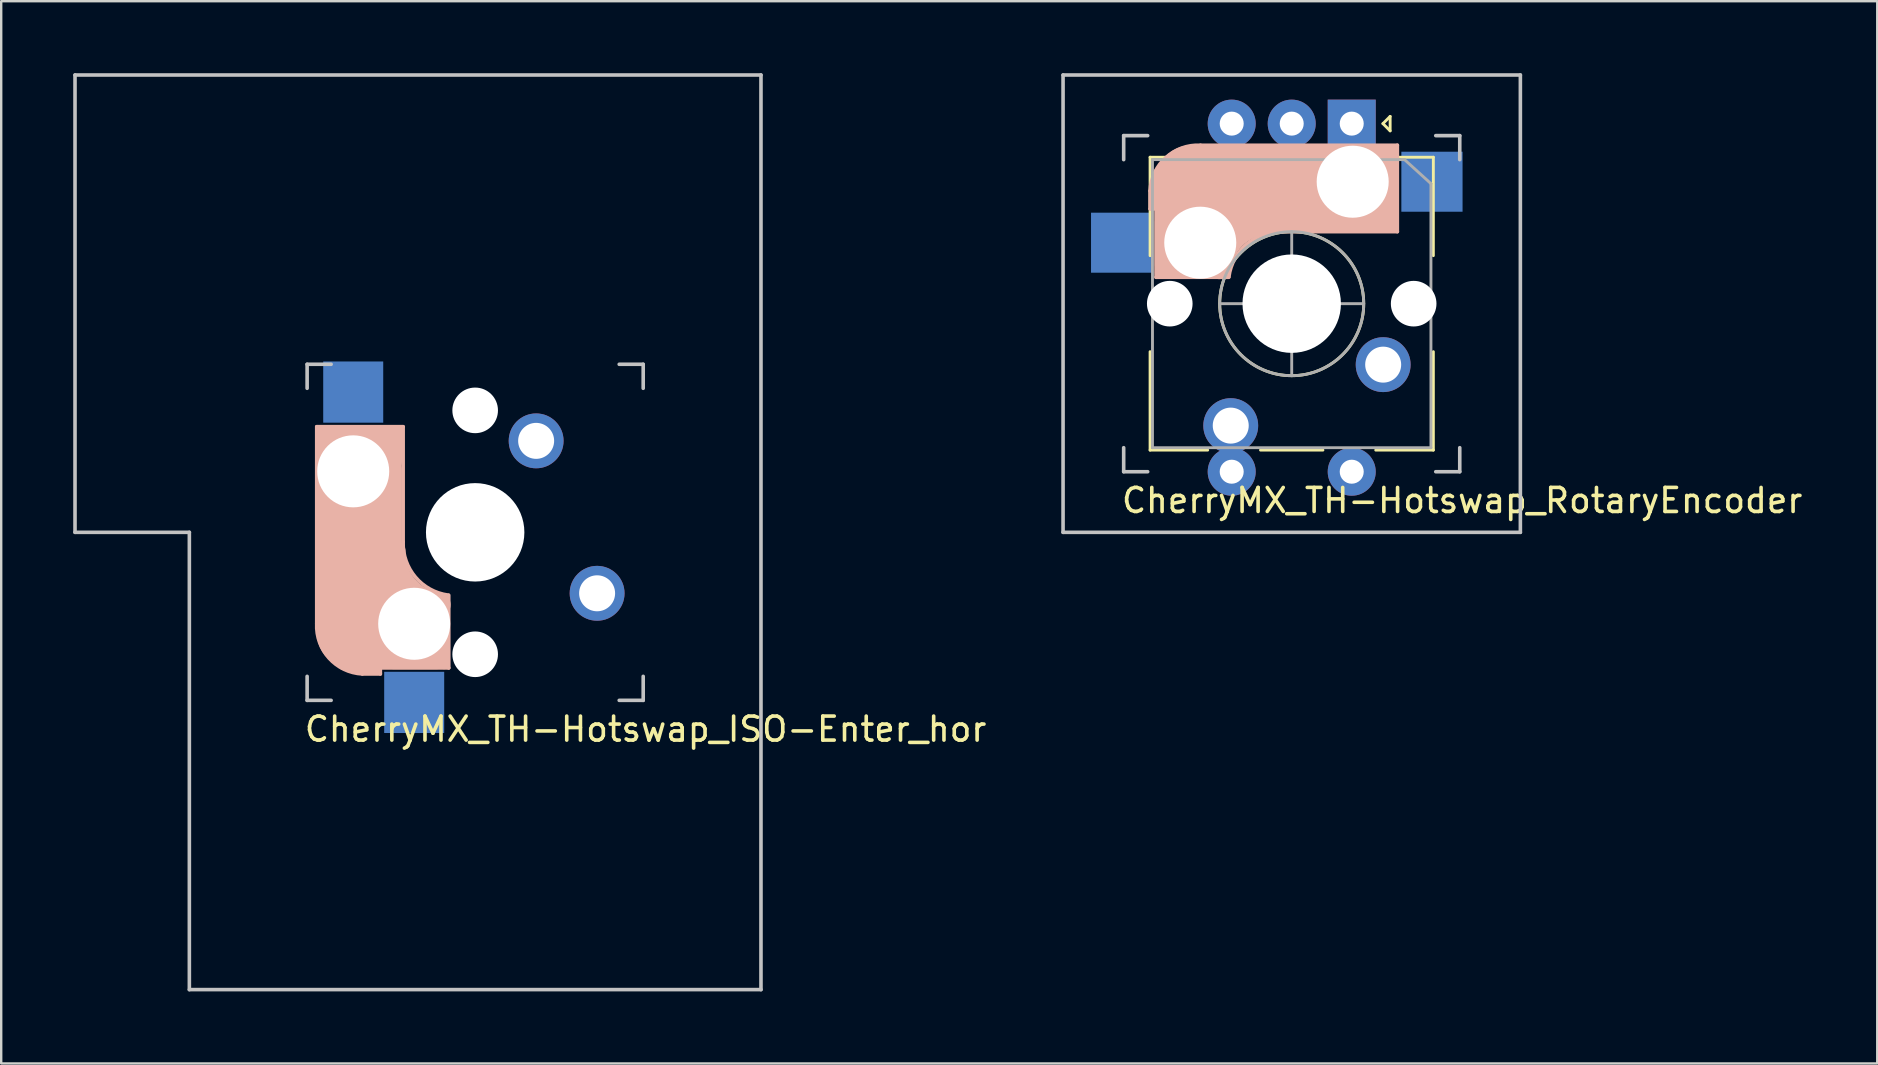
<source format=kicad_pcb>
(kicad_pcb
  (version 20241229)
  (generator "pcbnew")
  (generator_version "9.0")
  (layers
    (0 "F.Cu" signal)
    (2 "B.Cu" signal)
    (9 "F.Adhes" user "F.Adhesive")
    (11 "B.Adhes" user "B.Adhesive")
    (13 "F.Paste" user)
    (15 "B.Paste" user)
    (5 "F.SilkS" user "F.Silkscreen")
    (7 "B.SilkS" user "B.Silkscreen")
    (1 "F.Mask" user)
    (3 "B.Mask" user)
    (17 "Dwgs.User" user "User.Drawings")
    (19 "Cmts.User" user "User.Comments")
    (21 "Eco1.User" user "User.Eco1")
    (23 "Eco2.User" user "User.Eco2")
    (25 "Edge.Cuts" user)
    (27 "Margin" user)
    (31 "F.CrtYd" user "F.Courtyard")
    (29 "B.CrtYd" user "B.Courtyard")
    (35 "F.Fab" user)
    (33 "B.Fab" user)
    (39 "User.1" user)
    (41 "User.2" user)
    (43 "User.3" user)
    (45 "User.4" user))
  (footprint "CherryMX_TH-Hotswap_RotaryEncoder"
    (layer "F.Cu")
    (at 50.759 9.6)
    (property "Reference" "CherryMX_TH-Hotswap_RotaryEncoder" (at 7.1 8.2 0) (layer "F.SilkS") (effects (font (size 1 1) (thickness 0.15))))
    (attr through_hole)
    (fp_line (start -5.9 -2) (end -5.9 -6.1) (stroke (width 0.12) (type solid)) (layer "F.SilkS"))
    (fp_line (start -5.9 6.1) (end -5.9 2) (stroke (width 0.12) (type solid)) (layer "F.SilkS"))
    (fp_line (start -3.5 6.1) (end -5.9 6.1) (stroke (width 0.12) (type solid)) (layer "F.SilkS"))
    (fp_line (start 0 -0.5) (end 0 0.5) (stroke (width 0.12) (type solid)) (layer "F.SilkS"))
    (fp_line (start 0.5 0) (end -0.5 0) (stroke (width 0.12) (type solid)) (layer "F.SilkS"))
    (fp_line (start 1.3 6.1) (end -1.3 6.1) (stroke (width 0.12) (type solid)) (layer "F.SilkS"))
    (fp_line (start 3.8 -7.5) (end 4.1 -7.8) (stroke (width 0.12) (type solid)) (layer "F.SilkS"))
    (fp_line (start 4.1 -7.8) (end 4.1 -7.2) (stroke (width 0.12) (type solid)) (layer "F.SilkS"))
    (fp_line (start 4.1 -7.2) (end 3.8 -7.5) (stroke (width 0.12) (type solid)) (layer "F.SilkS"))
    (fp_line (start 5.9 -6.1) (end -5.9 -6.1) (stroke (width 0.12) (type solid)) (layer "F.SilkS"))
    (fp_line (start 5.9 -2) (end 5.9 -6.1) (stroke (width 0.12) (type solid)) (layer "F.SilkS"))
    (fp_line (start 5.9 2) (end 5.9 6.1) (stroke (width 0.12) (type solid)) (layer "F.SilkS"))
    (fp_line (start 5.9 6.1) (end 3.5 6.1) (stroke (width 0.12) (type solid)) (layer "F.SilkS"))
    (fp_circle (center 0 0) (end 0 3) (stroke (width 0.12) (type solid)) (fill no) (layer "F.SilkS"))
    (fp_line (start -5.9 -4.7) (end -5.9 -3.95) (stroke (width 0.15) (type solid)) (layer "B.SilkS"))
    (fp_line (start -5.9 -3.95) (end -5.7 -3.95) (stroke (width 0.15) (type solid)) (layer "B.SilkS"))
    (fp_line (start -5.8 -4.05) (end -5.8 -4.7) (stroke (width 0.3) (type solid)) (layer "B.SilkS"))
    (fp_line (start -5.65 -5.55) (end -5.65 -1.1) (stroke (width 0.15) (type solid)) (layer "B.SilkS"))
    (fp_line (start -5.65 -1.1) (end -2.62 -1.1) (stroke (width 0.15) (type solid)) (layer "B.SilkS"))
    (fp_line (start -5.45 -1.3) (end -3 -1.3) (stroke (width 0.5) (type solid)) (layer "B.SilkS"))
    (fp_line (start -5.3 -1.6) (end -5.3 -3.4) (stroke (width 0.8) (type solid)) (layer "B.SilkS"))
    (fp_line (start -4.17 -5.1) (end -4.17 -2.86) (stroke (width 3) (type solid)) (layer "B.SilkS"))
    (fp_line (start -0.4 -3) (end 4.4 -3) (stroke (width 0.15) (type solid)) (layer "B.SilkS"))
    (fp_line (start 2.6 -4.8) (end -4.1 -4.8) (stroke (width 3.5) (type solid)) (layer "B.SilkS"))
    (fp_line (start 3.9 -6) (end 3.9 -3.5) (stroke (width 1) (type solid)) (layer "B.SilkS"))
    (fp_line (start 4.2 -3.25) (end 2.9 -3.3) (stroke (width 0.5) (type solid)) (layer "B.SilkS"))
    (fp_line (start 4.25 -6.4) (end 3 -6.4) (stroke (width 0.4) (type solid)) (layer "B.SilkS"))
    (fp_line (start 4.38 -4) (end 4.38 -6.25) (stroke (width 0.15) (type solid)) (layer "B.SilkS"))
    (fp_line (start 4.4 -6.6) (end -3.8 -6.6) (stroke (width 0.15) (type solid)) (layer "B.SilkS"))
    (fp_line (start 4.4 -3) (end 4.4 -6.6) (stroke (width 0.15) (type solid)) (layer "B.SilkS"))
    (fp_arc (start -5.9 -4.699999) (mid -5.243504 -6.084924) (end -3.800001 -6.6) (stroke (width 0.15) (type solid)) (layer "B.SilkS"))
    (fp_arc (start -3.016318 -1.521471) (mid -2.268709 -2.886118) (end -0.8 -3.4) (stroke (width 1) (type solid)) (layer "B.SilkS"))
    (fp_arc (start -2.616318 -1.121471) (mid -1.868709 -2.486118) (end -0.4 -3) (stroke (width 0.15) (type solid)) (layer "B.SilkS"))
    (fp_line (start -9.525 -9.525) (end 9.525 -9.525) (stroke (width 0.15) (type solid)) (layer "Dwgs.User"))
    (fp_line (start -9.525 9.525) (end -9.525 -9.525) (stroke (width 0.15) (type solid)) (layer "Dwgs.User"))
    (fp_line (start -7 -7) (end -6 -7) (stroke (width 0.15) (type solid)) (layer "Dwgs.User"))
    (fp_line (start -7 -6) (end -7 -7) (stroke (width 0.15) (type solid)) (layer "Dwgs.User"))
    (fp_line (start -7 6) (end -7 7) (stroke (width 0.15) (type solid)) (layer "Dwgs.User"))
    (fp_line (start -7 7) (end -6 7) (stroke (width 0.15) (type solid)) (layer "Dwgs.User"))
    (fp_line (start 6 7) (end 7 7) (stroke (width 0.15) (type solid)) (layer "Dwgs.User"))
    (fp_line (start 7 -7) (end 6 -7) (stroke (width 0.15) (type solid)) (layer "Dwgs.User"))
    (fp_line (start 7 -7) (end 7 -6) (stroke (width 0.15) (type solid)) (layer "Dwgs.User"))
    (fp_line (start 7 7) (end 7 6) (stroke (width 0.15) (type solid)) (layer "Dwgs.User"))
    (fp_line (start 9.525 -9.525) (end 9.525 9.525) (stroke (width 0.15) (type solid)) (layer "Dwgs.User"))
    (fp_line (start 9.525 9.525) (end -9.525 9.525) (stroke (width 0.15) (type solid)) (layer "Dwgs.User"))
    (fp_line (start -5.8 -6) (end 4.7 -6) (stroke (width 0.12) (type solid)) (layer "F.Fab"))
    (fp_line (start -5.8 6) (end -5.8 -6) (stroke (width 0.12) (type solid)) (layer "F.Fab"))
    (fp_line (start 0 -3) (end 0 3) (stroke (width 0.12) (type solid)) (layer "F.Fab"))
    (fp_line (start 3 0) (end -3 0) (stroke (width 0.12) (type solid)) (layer "F.Fab"))
    (fp_line (start 4.7 -6) (end 5.8 -5) (stroke (width 0.12) (type solid)) (layer "F.Fab"))
    (fp_line (start 5.8 -5) (end 5.8 6) (stroke (width 0.12) (type solid)) (layer "F.Fab"))
    (fp_line (start 5.8 6) (end -5.8 6) (stroke (width 0.12) (type solid)) (layer "F.Fab"))
    (fp_circle (center 0 0) (end 0 3) (stroke (width 0.12) (type solid)) (fill no) (layer "F.Fab"))
    (pad "" np_thru_hole circle (at -5.08 0) (size 1.9 1.9) (drill 1.9) (layers "*.Cu" "*.Mask"))
    (pad "" np_thru_hole circle (at -3.81 -2.54) (size 3 3) (drill 3) (layers "*.Cu" "*.Mask"))
    (pad "" np_thru_hole circle (at 0 0 90) (size 4.1 4.1) (drill 4.1) (layers "*.Cu" "*.Mask"))
    (pad "" np_thru_hole circle (at 2.54 -5.08) (size 3 3) (drill 3) (layers "*.Cu" "*.Mask"))
    (pad "" np_thru_hole circle (at 5.08 0) (size 1.9 1.9) (drill 1.9) (layers "*.Cu" "*.Mask"))
    (pad "1" smd rect (at -7.085 -2.54 180) (size 2.55 2.5) (layers "B.Cu" "B.Mask" "B.Paste"))
    (pad "1" thru_hole circle (at -2.54 5.08 180) (size 2.286 2.286) (drill 1.499) (layers "*.Cu" "*.Mask"))
    (pad "2" thru_hole circle (at 3.81 2.54 180) (size 2.286 2.286) (drill 1.499) (layers "*.Cu" "*.Mask"))
    (pad "2" smd rect (at 5.842 -5.08 180) (size 2.55 2.5) (layers "B.Cu" "B.Mask" "B.Paste"))
    (pad "A" thru_hole rect (at 2.5 -7.5 270) (size 2 2) (drill 1) (layers "*.Cu" "*.Mask"))
    (pad "B" thru_hole circle (at -2.5 -7.5 270) (size 2 2) (drill 1) (layers "*.Cu" "*.Mask"))
    (pad "C" thru_hole circle (at 0 -7.5 270) (size 2 2) (drill 1) (layers "*.Cu" "*.Mask"))
    (pad "S1" thru_hole circle (at -2.5 7 270) (size 2 2) (drill 1) (layers "*.Cu" "*.Mask"))
    (pad "S2" thru_hole circle (at 2.5 7 270) (size 2 2) (drill 1) (layers "*.Cu" "*.Mask")))
  (footprint "CherryMX_TH-Hotswap_ISO-Enter_hor"
    (layer "F.Cu")
    (at 16.744 19.125)
    (property "Reference" "CherryMX_TH-Hotswap_ISO-Enter_hor" (at 7.1 8.2 0) (layer "F.SilkS") (effects (font (size 1 1) (thickness 0.15))))
    (attr through_hole)
    (fp_line (start -6.6 -4.4) (end -6.6 3.8) (stroke (width 0.15) (type solid)) (layer "B.SilkS"))
    (fp_line (start -6.4 -4.25) (end -6.4 -3) (stroke (width 0.4) (type solid)) (layer "B.SilkS"))
    (fp_line (start -6 -3.9) (end -3.5 -3.9) (stroke (width 1) (type solid)) (layer "B.SilkS"))
    (fp_line (start -5.55 5.65) (end -1.1 5.65) (stroke (width 0.15) (type solid)) (layer "B.SilkS"))
    (fp_line (start -5.1 4.17) (end -2.86 4.17) (stroke (width 3) (type solid)) (layer "B.SilkS"))
    (fp_line (start -4.8 -2.6) (end -4.8 4.1) (stroke (width 3.5) (type solid)) (layer "B.SilkS"))
    (fp_line (start -4.7 5.9) (end -3.95 5.9) (stroke (width 0.15) (type solid)) (layer "B.SilkS"))
    (fp_line (start -4.05 5.8) (end -4.7 5.8) (stroke (width 0.3) (type solid)) (layer "B.SilkS"))
    (fp_line (start -4 -4.38) (end -6.25 -4.38) (stroke (width 0.15) (type solid)) (layer "B.SilkS"))
    (fp_line (start -3.95 5.9) (end -3.95 5.7) (stroke (width 0.15) (type solid)) (layer "B.SilkS"))
    (fp_line (start -3.25 -4.2) (end -3.3 -2.9) (stroke (width 0.5) (type solid)) (layer "B.SilkS"))
    (fp_line (start -3 -4.4) (end -6.6 -4.4) (stroke (width 0.15) (type solid)) (layer "B.SilkS"))
    (fp_line (start -3 0.4) (end -3 -4.4) (stroke (width 0.15) (type solid)) (layer "B.SilkS"))
    (fp_line (start -1.6 5.3) (end -3.4 5.3) (stroke (width 0.8) (type solid)) (layer "B.SilkS"))
    (fp_line (start -1.3 5.45) (end -1.3 3) (stroke (width 0.5) (type solid)) (layer "B.SilkS"))
    (fp_line (start -1.1 5.65) (end -1.1 2.62) (stroke (width 0.15) (type solid)) (layer "B.SilkS"))
    (fp_arc (start -4.699999 5.9) (mid -6.084924 5.243504) (end -6.6 3.800001) (stroke (width 0.15) (type solid)) (layer "B.SilkS"))
    (fp_arc (start -1.521471 3.016318) (mid -2.886118 2.268709) (end -3.4 0.8) (stroke (width 1) (type solid)) (layer "B.SilkS"))
    (fp_arc (start -1.121471 2.616318) (mid -2.486118 1.868709) (end -3 0.4) (stroke (width 0.15) (type solid)) (layer "B.SilkS"))
    (fp_line (start -16.669 -19.05) (end 11.906 -19.05) (stroke (width 0.15) (type solid)) (layer "Dwgs.User"))
    (fp_line (start -16.669 0) (end -16.669 -19.05) (stroke (width 0.15) (type solid)) (layer "Dwgs.User"))
    (fp_line (start -11.906 0) (end -16.669 0) (stroke (width 0.15) (type solid)) (layer "Dwgs.User"))
    (fp_line (start -11.906 19.05) (end -11.906 0) (stroke (width 0.15) (type solid)) (layer "Dwgs.User"))
    (fp_line (start -7 -7) (end -7 -6) (stroke (width 0.15) (type solid)) (layer "Dwgs.User"))
    (fp_line (start -7 -7) (end -6 -7) (stroke (width 0.15) (type solid)) (layer "Dwgs.User"))
    (fp_line (start -7 7) (end -7 6) (stroke (width 0.15) (type solid)) (layer "Dwgs.User"))
    (fp_line (start -6 7) (end -7 7) (stroke (width 0.15) (type solid)) (layer "Dwgs.User"))
    (fp_line (start 6 7) (end 7 7) (stroke (width 0.15) (type solid)) (layer "Dwgs.User"))
    (fp_line (start 7 -7) (end 6 -7) (stroke (width 0.15) (type solid)) (layer "Dwgs.User"))
    (fp_line (start 7 -6) (end 7 -7) (stroke (width 0.15) (type solid)) (layer "Dwgs.User"))
    (fp_line (start 7 7) (end 7 6) (stroke (width 0.15) (type solid)) (layer "Dwgs.User"))
    (fp_line (start 11.906 -19.05) (end 11.906 19.05) (stroke (width 0.15) (type solid)) (layer "Dwgs.User"))
    (fp_line (start 11.906 19.05) (end -11.906 19.05) (stroke (width 0.15) (type solid)) (layer "Dwgs.User"))
    (pad "" np_thru_hole circle (at -5.08 -2.54 90) (size 3 3) (drill 3) (layers "*.Cu" "*.Mask"))
    (pad "" np_thru_hole circle (at -2.54 3.81 90) (size 3 3) (drill 3) (layers "*.Cu" "*.Mask"))
    (pad "" np_thru_hole circle (at 0 -5.08 90) (size 1.9 1.9) (drill 1.9) (layers "*.Cu" "*.Mask"))
    (pad "" np_thru_hole circle (at 0 0 180) (size 4.1 4.1) (drill 4.1) (layers "*.Cu" "*.Mask"))
    (pad "" np_thru_hole circle (at 0 5.08 90) (size 1.9 1.9) (drill 1.9) (layers "*.Cu" "*.Mask"))
    (pad "1" smd rect (at -2.54 7.085 270) (size 2.55 2.5) (layers "B.Cu" "B.Mask" "B.Paste"))
    (pad "1" thru_hole circle (at 5.08 2.54 270) (size 2.286 2.286) (drill 1.499) (layers "*.Cu" "*.Mask"))
    (pad "2" smd rect (at -5.08 -5.842 270) (size 2.55 2.5) (layers "B.Cu" "B.Mask" "B.Paste"))
    (pad "2" thru_hole circle (at 2.54 -3.81 270) (size 2.286 2.286) (drill 1.499) (layers "*.Cu" "*.Mask")))
  (gr_rect
    (start -3 -3)
    (end 75.151 41.25)
    (stroke (width 0.1) (type default))
    (fill no)
    (layer "Edge.Cuts")))
</source>
